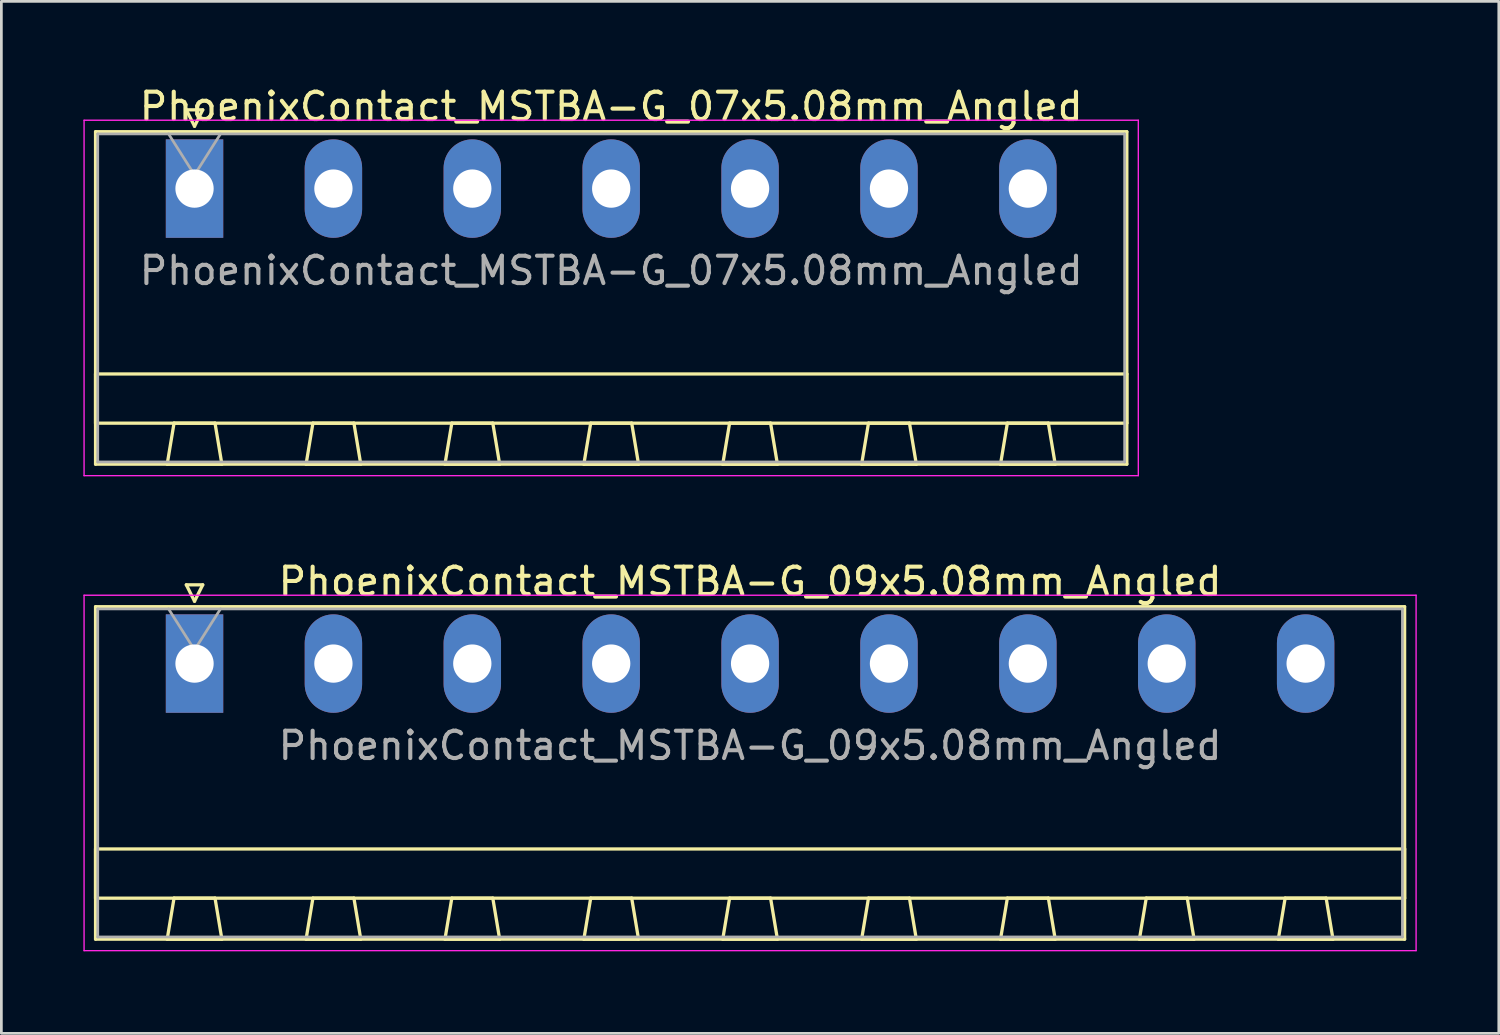
<source format=kicad_pcb>
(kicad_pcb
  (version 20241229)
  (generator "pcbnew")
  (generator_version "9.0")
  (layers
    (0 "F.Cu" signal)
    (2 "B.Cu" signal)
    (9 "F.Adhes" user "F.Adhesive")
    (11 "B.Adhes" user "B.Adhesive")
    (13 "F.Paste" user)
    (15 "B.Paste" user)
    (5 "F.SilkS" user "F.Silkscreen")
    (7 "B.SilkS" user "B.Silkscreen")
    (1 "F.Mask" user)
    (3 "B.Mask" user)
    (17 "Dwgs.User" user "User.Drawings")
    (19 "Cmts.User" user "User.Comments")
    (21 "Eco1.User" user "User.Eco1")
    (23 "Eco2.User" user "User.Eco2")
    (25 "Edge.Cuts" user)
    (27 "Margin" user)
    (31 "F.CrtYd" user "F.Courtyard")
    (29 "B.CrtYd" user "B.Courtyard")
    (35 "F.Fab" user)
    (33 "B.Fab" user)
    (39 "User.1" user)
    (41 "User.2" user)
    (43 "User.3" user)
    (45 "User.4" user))
  (footprint "PhoenixContact_MSTBA-G_07x5.08mm_Angled"
    (layer "F.Cu")
    (at 4.065 3.848)
    (property "Reference" "PhoenixContact_MSTBA-G_07x5.08mm_Angled" (at 15.24 -3 0) (layer "F.SilkS") (effects (font (size 1 1) (thickness 0.15))))
    (attr through_hole)
    (fp_line (start -3.62 -2.08) (end -3.62 10.08) (stroke (width 0.12) (type solid)) (layer "F.SilkS"))
    (fp_line (start -3.62 6.78) (end 34.1 6.78) (stroke (width 0.12) (type solid)) (layer "F.SilkS"))
    (fp_line (start -3.62 8.58) (end -3.62 6.78) (stroke (width 0.12) (type solid)) (layer "F.SilkS"))
    (fp_line (start -3.62 10.08) (end 34.1 10.08) (stroke (width 0.12) (type solid)) (layer "F.SilkS"))
    (fp_line (start -1 10.08) (end 1 10.08) (stroke (width 0.12) (type solid)) (layer "F.SilkS"))
    (fp_line (start -0.75 8.58) (end -1 10.08) (stroke (width 0.12) (type solid)) (layer "F.SilkS"))
    (fp_line (start -0.3 -2.88) (end 0.3 -2.88) (stroke (width 0.12) (type solid)) (layer "F.SilkS"))
    (fp_line (start 0 -2.28) (end -0.3 -2.88) (stroke (width 0.12) (type solid)) (layer "F.SilkS"))
    (fp_line (start 0.3 -2.88) (end 0 -2.28) (stroke (width 0.12) (type solid)) (layer "F.SilkS"))
    (fp_line (start 0.75 8.58) (end -0.75 8.58) (stroke (width 0.12) (type solid)) (layer "F.SilkS"))
    (fp_line (start 1 10.08) (end 0.75 8.58) (stroke (width 0.12) (type solid)) (layer "F.SilkS"))
    (fp_line (start 4.08 10.08) (end 6.08 10.08) (stroke (width 0.12) (type solid)) (layer "F.SilkS"))
    (fp_line (start 4.33 8.58) (end 4.08 10.08) (stroke (width 0.12) (type solid)) (layer "F.SilkS"))
    (fp_line (start 5.83 8.58) (end 4.33 8.58) (stroke (width 0.12) (type solid)) (layer "F.SilkS"))
    (fp_line (start 6.08 10.08) (end 5.83 8.58) (stroke (width 0.12) (type solid)) (layer "F.SilkS"))
    (fp_line (start 9.16 10.08) (end 11.16 10.08) (stroke (width 0.12) (type solid)) (layer "F.SilkS"))
    (fp_line (start 9.41 8.58) (end 9.16 10.08) (stroke (width 0.12) (type solid)) (layer "F.SilkS"))
    (fp_line (start 10.91 8.58) (end 9.41 8.58) (stroke (width 0.12) (type solid)) (layer "F.SilkS"))
    (fp_line (start 11.16 10.08) (end 10.91 8.58) (stroke (width 0.12) (type solid)) (layer "F.SilkS"))
    (fp_line (start 14.24 10.08) (end 16.24 10.08) (stroke (width 0.12) (type solid)) (layer "F.SilkS"))
    (fp_line (start 14.49 8.58) (end 14.24 10.08) (stroke (width 0.12) (type solid)) (layer "F.SilkS"))
    (fp_line (start 15.99 8.58) (end 14.49 8.58) (stroke (width 0.12) (type solid)) (layer "F.SilkS"))
    (fp_line (start 16.24 10.08) (end 15.99 8.58) (stroke (width 0.12) (type solid)) (layer "F.SilkS"))
    (fp_line (start 19.32 10.08) (end 21.32 10.08) (stroke (width 0.12) (type solid)) (layer "F.SilkS"))
    (fp_line (start 19.57 8.58) (end 19.32 10.08) (stroke (width 0.12) (type solid)) (layer "F.SilkS"))
    (fp_line (start 21.07 8.58) (end 19.57 8.58) (stroke (width 0.12) (type solid)) (layer "F.SilkS"))
    (fp_line (start 21.32 10.08) (end 21.07 8.58) (stroke (width 0.12) (type solid)) (layer "F.SilkS"))
    (fp_line (start 24.4 10.08) (end 26.4 10.08) (stroke (width 0.12) (type solid)) (layer "F.SilkS"))
    (fp_line (start 24.65 8.58) (end 24.4 10.08) (stroke (width 0.12) (type solid)) (layer "F.SilkS"))
    (fp_line (start 26.15 8.58) (end 24.65 8.58) (stroke (width 0.12) (type solid)) (layer "F.SilkS"))
    (fp_line (start 26.4 10.08) (end 26.15 8.58) (stroke (width 0.12) (type solid)) (layer "F.SilkS"))
    (fp_line (start 29.48 10.08) (end 31.48 10.08) (stroke (width 0.12) (type solid)) (layer "F.SilkS"))
    (fp_line (start 29.73 8.58) (end 29.48 10.08) (stroke (width 0.12) (type solid)) (layer "F.SilkS"))
    (fp_line (start 31.23 8.58) (end 29.73 8.58) (stroke (width 0.12) (type solid)) (layer "F.SilkS"))
    (fp_line (start 31.48 10.08) (end 31.23 8.58) (stroke (width 0.12) (type solid)) (layer "F.SilkS"))
    (fp_line (start 34.1 -2.08) (end -3.62 -2.08) (stroke (width 0.12) (type solid)) (layer "F.SilkS"))
    (fp_line (start 34.1 6.78) (end 34.1 8.58) (stroke (width 0.12) (type solid)) (layer "F.SilkS"))
    (fp_line (start 34.1 8.58) (end -3.62 8.58) (stroke (width 0.12) (type solid)) (layer "F.SilkS"))
    (fp_line (start 34.1 10.08) (end 34.1 -2.08) (stroke (width 0.12) (type solid)) (layer "F.SilkS"))
    (fp_line (start -4.04 -2.5) (end -4.04 10.5) (stroke (width 0.05) (type solid)) (layer "F.CrtYd"))
    (fp_line (start -4.04 10.5) (end 34.52 10.5) (stroke (width 0.05) (type solid)) (layer "F.CrtYd"))
    (fp_line (start 34.52 -2.5) (end -4.04 -2.5) (stroke (width 0.05) (type solid)) (layer "F.CrtYd"))
    (fp_line (start 34.52 10.5) (end 34.52 -2.5) (stroke (width 0.05) (type solid)) (layer "F.CrtYd"))
    (fp_line (start -3.54 -2) (end -3.54 10) (stroke (width 0.1) (type solid)) (layer "F.Fab"))
    (fp_line (start -3.54 10) (end 34.02 10) (stroke (width 0.1) (type solid)) (layer "F.Fab"))
    (fp_line (start 0 -0.5) (end -0.95 -2) (stroke (width 0.1) (type solid)) (layer "F.Fab"))
    (fp_line (start 0.95 -2) (end 0 -0.5) (stroke (width 0.1) (type solid)) (layer "F.Fab"))
    (fp_line (start 34.02 -2) (end -3.54 -2) (stroke (width 0.1) (type solid)) (layer "F.Fab"))
    (fp_line (start 34.02 10) (end 34.02 -2) (stroke (width 0.1) (type solid)) (layer "F.Fab"))
    (fp_text user "${REFERENCE}" (at 15.24 3 0) (layer "F.Fab") (effects (font (size 1 1) (thickness 0.15))))
    (pad "1" thru_hole rect (at 0 0) (size 2.1 3.6) (drill 1.4) (layers "*.Cu" "*.Mask"))
    (pad "2" thru_hole oval (at 5.08 0) (size 2.1 3.6) (drill 1.4) (layers "*.Cu" "*.Mask"))
    (pad "3" thru_hole oval (at 10.16 0) (size 2.1 3.6) (drill 1.4) (layers "*.Cu" "*.Mask"))
    (pad "4" thru_hole oval (at 15.24 0) (size 2.1 3.6) (drill 1.4) (layers "*.Cu" "*.Mask"))
    (pad "5" thru_hole oval (at 20.32 0) (size 2.1 3.6) (drill 1.4) (layers "*.Cu" "*.Mask"))
    (pad "6" thru_hole oval (at 25.4 0) (size 2.1 3.6) (drill 1.4) (layers "*.Cu" "*.Mask"))
    (pad "7" thru_hole oval (at 30.48 0) (size 2.1 3.6) (drill 1.4) (layers "*.Cu" "*.Mask")))
  (footprint "PhoenixContact_MSTBA-G_09x5.08mm_Angled"
    (layer "F.Cu")
    (at 4.065 21.221)
    (property "Reference" "PhoenixContact_MSTBA-G_09x5.08mm_Angled" (at 20.32 -3 0) (layer "F.SilkS") (effects (font (size 1 1) (thickness 0.15))))
    (attr through_hole)
    (fp_line (start -3.62 -2.08) (end -3.62 10.08) (stroke (width 0.12) (type solid)) (layer "F.SilkS"))
    (fp_line (start -3.62 6.78) (end 44.26 6.78) (stroke (width 0.12) (type solid)) (layer "F.SilkS"))
    (fp_line (start -3.62 8.58) (end -3.62 6.78) (stroke (width 0.12) (type solid)) (layer "F.SilkS"))
    (fp_line (start -3.62 10.08) (end 44.26 10.08) (stroke (width 0.12) (type solid)) (layer "F.SilkS"))
    (fp_line (start -1 10.08) (end 1 10.08) (stroke (width 0.12) (type solid)) (layer "F.SilkS"))
    (fp_line (start -0.75 8.58) (end -1 10.08) (stroke (width 0.12) (type solid)) (layer "F.SilkS"))
    (fp_line (start -0.3 -2.88) (end 0.3 -2.88) (stroke (width 0.12) (type solid)) (layer "F.SilkS"))
    (fp_line (start 0 -2.28) (end -0.3 -2.88) (stroke (width 0.12) (type solid)) (layer "F.SilkS"))
    (fp_line (start 0.3 -2.88) (end 0 -2.28) (stroke (width 0.12) (type solid)) (layer "F.SilkS"))
    (fp_line (start 0.75 8.58) (end -0.75 8.58) (stroke (width 0.12) (type solid)) (layer "F.SilkS"))
    (fp_line (start 1 10.08) (end 0.75 8.58) (stroke (width 0.12) (type solid)) (layer "F.SilkS"))
    (fp_line (start 4.08 10.08) (end 6.08 10.08) (stroke (width 0.12) (type solid)) (layer "F.SilkS"))
    (fp_line (start 4.33 8.58) (end 4.08 10.08) (stroke (width 0.12) (type solid)) (layer "F.SilkS"))
    (fp_line (start 5.83 8.58) (end 4.33 8.58) (stroke (width 0.12) (type solid)) (layer "F.SilkS"))
    (fp_line (start 6.08 10.08) (end 5.83 8.58) (stroke (width 0.12) (type solid)) (layer "F.SilkS"))
    (fp_line (start 9.16 10.08) (end 11.16 10.08) (stroke (width 0.12) (type solid)) (layer "F.SilkS"))
    (fp_line (start 9.41 8.58) (end 9.16 10.08) (stroke (width 0.12) (type solid)) (layer "F.SilkS"))
    (fp_line (start 10.91 8.58) (end 9.41 8.58) (stroke (width 0.12) (type solid)) (layer "F.SilkS"))
    (fp_line (start 11.16 10.08) (end 10.91 8.58) (stroke (width 0.12) (type solid)) (layer "F.SilkS"))
    (fp_line (start 14.24 10.08) (end 16.24 10.08) (stroke (width 0.12) (type solid)) (layer "F.SilkS"))
    (fp_line (start 14.49 8.58) (end 14.24 10.08) (stroke (width 0.12) (type solid)) (layer "F.SilkS"))
    (fp_line (start 15.99 8.58) (end 14.49 8.58) (stroke (width 0.12) (type solid)) (layer "F.SilkS"))
    (fp_line (start 16.24 10.08) (end 15.99 8.58) (stroke (width 0.12) (type solid)) (layer "F.SilkS"))
    (fp_line (start 19.32 10.08) (end 21.32 10.08) (stroke (width 0.12) (type solid)) (layer "F.SilkS"))
    (fp_line (start 19.57 8.58) (end 19.32 10.08) (stroke (width 0.12) (type solid)) (layer "F.SilkS"))
    (fp_line (start 21.07 8.58) (end 19.57 8.58) (stroke (width 0.12) (type solid)) (layer "F.SilkS"))
    (fp_line (start 21.32 10.08) (end 21.07 8.58) (stroke (width 0.12) (type solid)) (layer "F.SilkS"))
    (fp_line (start 24.4 10.08) (end 26.4 10.08) (stroke (width 0.12) (type solid)) (layer "F.SilkS"))
    (fp_line (start 24.65 8.58) (end 24.4 10.08) (stroke (width 0.12) (type solid)) (layer "F.SilkS"))
    (fp_line (start 26.15 8.58) (end 24.65 8.58) (stroke (width 0.12) (type solid)) (layer "F.SilkS"))
    (fp_line (start 26.4 10.08) (end 26.15 8.58) (stroke (width 0.12) (type solid)) (layer "F.SilkS"))
    (fp_line (start 29.48 10.08) (end 31.48 10.08) (stroke (width 0.12) (type solid)) (layer "F.SilkS"))
    (fp_line (start 29.73 8.58) (end 29.48 10.08) (stroke (width 0.12) (type solid)) (layer "F.SilkS"))
    (fp_line (start 31.23 8.58) (end 29.73 8.58) (stroke (width 0.12) (type solid)) (layer "F.SilkS"))
    (fp_line (start 31.48 10.08) (end 31.23 8.58) (stroke (width 0.12) (type solid)) (layer "F.SilkS"))
    (fp_line (start 34.56 10.08) (end 36.56 10.08) (stroke (width 0.12) (type solid)) (layer "F.SilkS"))
    (fp_line (start 34.81 8.58) (end 34.56 10.08) (stroke (width 0.12) (type solid)) (layer "F.SilkS"))
    (fp_line (start 36.31 8.58) (end 34.81 8.58) (stroke (width 0.12) (type solid)) (layer "F.SilkS"))
    (fp_line (start 36.56 10.08) (end 36.31 8.58) (stroke (width 0.12) (type solid)) (layer "F.SilkS"))
    (fp_line (start 39.64 10.08) (end 41.64 10.08) (stroke (width 0.12) (type solid)) (layer "F.SilkS"))
    (fp_line (start 39.89 8.58) (end 39.64 10.08) (stroke (width 0.12) (type solid)) (layer "F.SilkS"))
    (fp_line (start 41.39 8.58) (end 39.89 8.58) (stroke (width 0.12) (type solid)) (layer "F.SilkS"))
    (fp_line (start 41.64 10.08) (end 41.39 8.58) (stroke (width 0.12) (type solid)) (layer "F.SilkS"))
    (fp_line (start 44.26 -2.08) (end -3.62 -2.08) (stroke (width 0.12) (type solid)) (layer "F.SilkS"))
    (fp_line (start 44.26 6.78) (end 44.26 8.58) (stroke (width 0.12) (type solid)) (layer "F.SilkS"))
    (fp_line (start 44.26 8.58) (end -3.62 8.58) (stroke (width 0.12) (type solid)) (layer "F.SilkS"))
    (fp_line (start 44.26 10.08) (end 44.26 -2.08) (stroke (width 0.12) (type solid)) (layer "F.SilkS"))
    (fp_line (start -4.04 -2.5) (end -4.04 10.5) (stroke (width 0.05) (type solid)) (layer "F.CrtYd"))
    (fp_line (start -4.04 10.5) (end 44.68 10.5) (stroke (width 0.05) (type solid)) (layer "F.CrtYd"))
    (fp_line (start 44.68 -2.5) (end -4.04 -2.5) (stroke (width 0.05) (type solid)) (layer "F.CrtYd"))
    (fp_line (start 44.68 10.5) (end 44.68 -2.5) (stroke (width 0.05) (type solid)) (layer "F.CrtYd"))
    (fp_line (start -3.54 -2) (end -3.54 10) (stroke (width 0.1) (type solid)) (layer "F.Fab"))
    (fp_line (start -3.54 10) (end 44.18 10) (stroke (width 0.1) (type solid)) (layer "F.Fab"))
    (fp_line (start 0 -0.5) (end -0.95 -2) (stroke (width 0.1) (type solid)) (layer "F.Fab"))
    (fp_line (start 0.95 -2) (end 0 -0.5) (stroke (width 0.1) (type solid)) (layer "F.Fab"))
    (fp_line (start 44.18 -2) (end -3.54 -2) (stroke (width 0.1) (type solid)) (layer "F.Fab"))
    (fp_line (start 44.18 10) (end 44.18 -2) (stroke (width 0.1) (type solid)) (layer "F.Fab"))
    (fp_text user "${REFERENCE}" (at 20.32 3 0) (layer "F.Fab") (effects (font (size 1 1) (thickness 0.15))))
    (pad "1" thru_hole rect (at 0 0) (size 2.1 3.6) (drill 1.4) (layers "*.Cu" "*.Mask"))
    (pad "2" thru_hole oval (at 5.08 0) (size 2.1 3.6) (drill 1.4) (layers "*.Cu" "*.Mask"))
    (pad "3" thru_hole oval (at 10.16 0) (size 2.1 3.6) (drill 1.4) (layers "*.Cu" "*.Mask"))
    (pad "4" thru_hole oval (at 15.24 0) (size 2.1 3.6) (drill 1.4) (layers "*.Cu" "*.Mask"))
    (pad "5" thru_hole oval (at 20.32 0) (size 2.1 3.6) (drill 1.4) (layers "*.Cu" "*.Mask"))
    (pad "6" thru_hole oval (at 25.4 0) (size 2.1 3.6) (drill 1.4) (layers "*.Cu" "*.Mask"))
    (pad "7" thru_hole oval (at 30.48 0) (size 2.1 3.6) (drill 1.4) (layers "*.Cu" "*.Mask"))
    (pad "8" thru_hole oval (at 35.56 0) (size 2.1 3.6) (drill 1.4) (layers "*.Cu" "*.Mask"))
    (pad "9" thru_hole oval (at 40.64 0) (size 2.1 3.6) (drill 1.4) (layers "*.Cu" "*.Mask")))
  (gr_rect
    (start -3 -3)
    (end 51.77 34.746)
    (stroke (width 0.1) (type default))
    (fill no)
    (layer "Edge.Cuts")))
</source>
